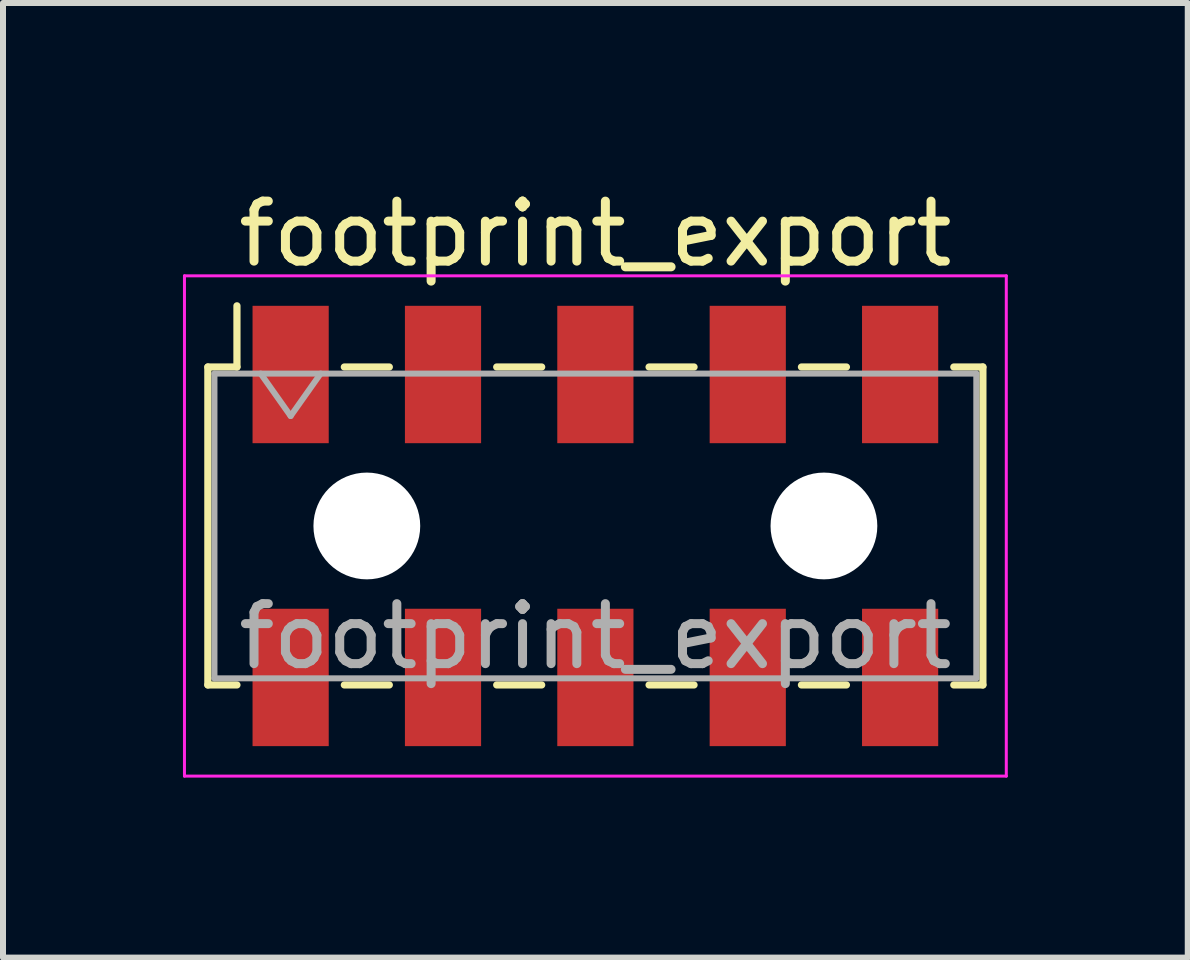
<source format=kicad_pcb>
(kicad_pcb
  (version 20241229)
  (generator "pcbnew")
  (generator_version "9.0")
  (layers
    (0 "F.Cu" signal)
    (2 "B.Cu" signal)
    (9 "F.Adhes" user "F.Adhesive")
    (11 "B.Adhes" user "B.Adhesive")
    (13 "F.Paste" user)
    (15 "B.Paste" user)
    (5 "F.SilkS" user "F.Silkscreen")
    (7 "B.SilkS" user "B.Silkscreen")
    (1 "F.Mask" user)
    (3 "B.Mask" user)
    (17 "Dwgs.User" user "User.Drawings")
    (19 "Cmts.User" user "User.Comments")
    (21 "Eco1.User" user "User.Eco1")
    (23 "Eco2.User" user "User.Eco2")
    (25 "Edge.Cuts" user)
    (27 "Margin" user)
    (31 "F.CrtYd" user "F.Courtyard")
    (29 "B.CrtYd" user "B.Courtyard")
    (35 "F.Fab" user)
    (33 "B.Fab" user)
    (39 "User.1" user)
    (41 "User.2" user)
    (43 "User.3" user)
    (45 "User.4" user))
  (footprint "footprint_export"
    (layer "F.Cu")
    (at 6.875 5.718)
    (property "Reference" "footprint_export" (at 0 -4.87 0) (layer "F.SilkS") (effects (font (size 1 1) (thickness 0.15))))
    (attr smd)
    (fp_line (start -6.46 -2.65) (end -6.46 2.65) (stroke (width 0.12) (type solid)) (layer "F.SilkS"))
    (fp_line (start -6.46 2.65) (end -5.975 2.65) (stroke (width 0.12) (type solid)) (layer "F.SilkS"))
    (fp_line (start -5.975 -3.67) (end -5.975 -2.65) (stroke (width 0.12) (type solid)) (layer "F.SilkS"))
    (fp_line (start -5.975 -2.65) (end -6.46 -2.65) (stroke (width 0.12) (type solid)) (layer "F.SilkS"))
    (fp_line (start -4.185 -2.65) (end -3.435 -2.65) (stroke (width 0.12) (type solid)) (layer "F.SilkS"))
    (fp_line (start -4.185 2.65) (end -3.435 2.65) (stroke (width 0.12) (type solid)) (layer "F.SilkS"))
    (fp_line (start -1.645 -2.65) (end -0.895 -2.65) (stroke (width 0.12) (type solid)) (layer "F.SilkS"))
    (fp_line (start -1.645 2.65) (end -0.895 2.65) (stroke (width 0.12) (type solid)) (layer "F.SilkS"))
    (fp_line (start 0.895 -2.65) (end 1.645 -2.65) (stroke (width 0.12) (type solid)) (layer "F.SilkS"))
    (fp_line (start 0.895 2.65) (end 1.645 2.65) (stroke (width 0.12) (type solid)) (layer "F.SilkS"))
    (fp_line (start 3.435 -2.65) (end 4.185 -2.65) (stroke (width 0.12) (type solid)) (layer "F.SilkS"))
    (fp_line (start 3.435 2.65) (end 4.185 2.65) (stroke (width 0.12) (type solid)) (layer "F.SilkS"))
    (fp_line (start 5.975 -2.65) (end 6.46 -2.65) (stroke (width 0.12) (type solid)) (layer "F.SilkS"))
    (fp_line (start 6.46 -2.65) (end 6.46 2.65) (stroke (width 0.12) (type solid)) (layer "F.SilkS"))
    (fp_line (start 6.46 2.65) (end 5.975 2.65) (stroke (width 0.12) (type solid)) (layer "F.SilkS"))
    (fp_line (start -6.85 -4.17) (end 6.85 -4.17) (stroke (width 0.05) (type solid)) (layer "F.CrtYd"))
    (fp_line (start -6.85 4.17) (end -6.85 -4.17) (stroke (width 0.05) (type solid)) (layer "F.CrtYd"))
    (fp_line (start 6.85 -4.17) (end 6.85 4.17) (stroke (width 0.05) (type solid)) (layer "F.CrtYd"))
    (fp_line (start 6.85 4.17) (end -6.85 4.17) (stroke (width 0.05) (type solid)) (layer "F.CrtYd"))
    (fp_line (start -6.35 -2.54) (end 6.35 -2.54) (stroke (width 0.1) (type solid)) (layer "F.Fab"))
    (fp_line (start -6.35 2.54) (end -6.35 -2.54) (stroke (width 0.1) (type solid)) (layer "F.Fab"))
    (fp_line (start -5.58 -2.54) (end -5.08 -1.833) (stroke (width 0.1) (type solid)) (layer "F.Fab"))
    (fp_line (start -5.08 -1.833) (end -4.58 -2.54) (stroke (width 0.1) (type solid)) (layer "F.Fab"))
    (fp_line (start 6.35 -2.54) (end 6.35 2.54) (stroke (width 0.1) (type solid)) (layer "F.Fab"))
    (fp_line (start 6.35 2.54) (end -6.35 2.54) (stroke (width 0.1) (type solid)) (layer "F.Fab"))
    (fp_text user "${REFERENCE}" (at 0 1.84 0) (layer "F.Fab") (effects (font (size 1 1) (thickness 0.15))))
    (pad "" np_thru_hole circle (at -3.81 0) (size 1.78 1.78) (drill 1.78) (layers "*.Cu" "*.Mask"))
    (pad "" np_thru_hole circle (at 3.81 0) (size 1.78 1.78) (drill 1.78) (layers "*.Cu" "*.Mask"))
    (pad "1" smd rect (at -5.08 -2.525) (size 1.27 2.29) (layers "F.Cu" "F.Mask" "F.Paste"))
    (pad "2" smd rect (at -5.08 2.525) (size 1.27 2.29) (layers "F.Cu" "F.Mask" "F.Paste"))
    (pad "3" smd rect (at -2.54 -2.525) (size 1.27 2.29) (layers "F.Cu" "F.Mask" "F.Paste"))
    (pad "4" smd rect (at -2.54 2.525) (size 1.27 2.29) (layers "F.Cu" "F.Mask" "F.Paste"))
    (pad "5" smd rect (at 0 -2.525) (size 1.27 2.29) (layers "F.Cu" "F.Mask" "F.Paste"))
    (pad "6" smd rect (at 0 2.525) (size 1.27 2.29) (layers "F.Cu" "F.Mask" "F.Paste"))
    (pad "7" smd rect (at 2.54 -2.525) (size 1.27 2.29) (layers "F.Cu" "F.Mask" "F.Paste"))
    (pad "8" smd rect (at 2.54 2.525) (size 1.27 2.29) (layers "F.Cu" "F.Mask" "F.Paste"))
    (pad "9" smd rect (at 5.08 -2.525) (size 1.27 2.29) (layers "F.Cu" "F.Mask" "F.Paste"))
    (pad "10" smd rect (at 5.08 2.525) (size 1.27 2.29) (layers "F.Cu" "F.Mask" "F.Paste")))
  (gr_rect
    (start -3 -3)
    (end 16.75 12.913)
    (stroke (width 0.1) (type default))
    (fill no)
    (layer "Edge.Cuts")))
</source>
